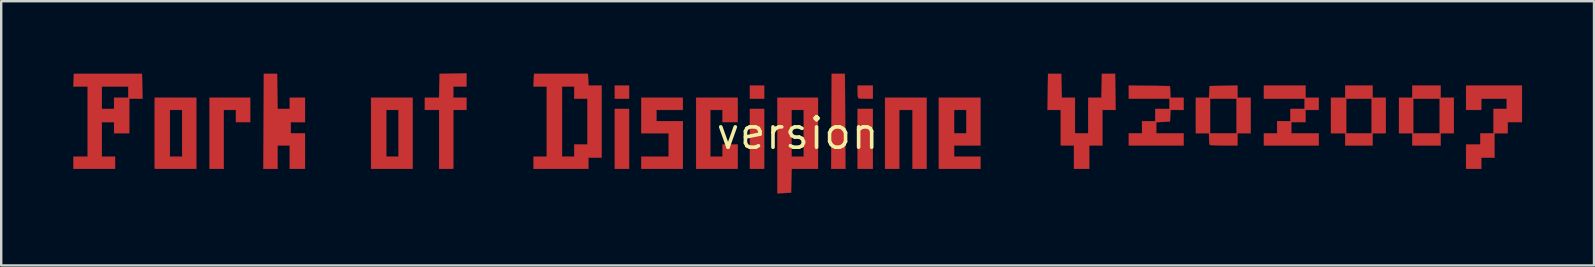
<source format=kicad_pcb>
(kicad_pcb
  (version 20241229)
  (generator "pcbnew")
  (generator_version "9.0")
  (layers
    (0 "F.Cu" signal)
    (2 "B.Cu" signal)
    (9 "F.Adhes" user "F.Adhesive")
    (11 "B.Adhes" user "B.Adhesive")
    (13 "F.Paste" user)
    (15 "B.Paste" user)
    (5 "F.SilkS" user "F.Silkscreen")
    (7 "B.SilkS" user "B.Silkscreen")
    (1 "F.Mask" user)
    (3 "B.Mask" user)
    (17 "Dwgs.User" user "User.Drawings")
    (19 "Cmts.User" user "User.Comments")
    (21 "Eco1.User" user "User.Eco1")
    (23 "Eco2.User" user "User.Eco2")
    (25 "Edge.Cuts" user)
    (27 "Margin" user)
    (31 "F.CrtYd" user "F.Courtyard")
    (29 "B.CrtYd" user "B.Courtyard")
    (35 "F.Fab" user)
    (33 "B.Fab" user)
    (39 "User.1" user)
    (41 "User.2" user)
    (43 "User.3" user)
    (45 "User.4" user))
  (footprint "version"
    (layer "F.Cu")
    (at 30.193 2.505)
    (property "Reference" "version" (at 0 0 0) (layer "F.SilkS") (effects (font (size 1.27 1.27) (thickness 0.15))))
    (attr through_hole)
    (fp_poly (pts (xy -7.027 -1.439) (xy -7.62 -1.439) (xy -7.62 -1.99) (xy -7.027 -1.99) (xy -7.027 -1.439)) (stroke (width 0.01) (type solid)) (fill yes) (layer "F.Cu"))
    (fp_poly (pts (xy -7.027 1.482) (xy -7.62 1.482) (xy -7.62 -1.016) (xy -7.027 -1.016) (xy -7.027 1.482)) (stroke (width 0.01) (type solid)) (fill yes) (layer "F.Cu"))
    (fp_poly (pts (xy -1.397 -1.439) (xy -1.99 -1.439) (xy -1.99 -1.99) (xy -1.397 -1.99) (xy -1.397 -1.439)) (stroke (width 0.01) (type solid)) (fill yes) (layer "F.Cu"))
    (fp_poly (pts (xy -1.397 1.482) (xy -1.99 1.482) (xy -1.99 -1.016) (xy -1.397 -1.016) (xy -1.397 1.482)) (stroke (width 0.01) (type solid)) (fill yes) (layer "F.Cu"))
    (fp_poly (pts (xy 3.133 1.482) (xy 2.498 1.482) (xy 2.498 -1.016) (xy 3.133 -1.016) (xy 3.133 1.482)) (stroke (width 0.01) (type solid)) (fill yes) (layer "F.Cu"))
    (fp_poly (pts (xy 1.98 -0.497) (xy 1.991 1.482) (xy 1.396 1.482) (xy 1.407 -0.497) (xy 1.418 -2.477) (xy 1.968 -2.477) (xy 1.98 -0.497)) (stroke (width 0.01) (type solid)) (fill yes) (layer "F.Cu"))
    (fp_poly (pts (xy -22.818 -0.466) (xy -23.41 -0.466) (xy -23.41 -0.974) (xy -23.918 -0.974) (xy -23.918 1.482) (xy -24.511 1.482) (xy -24.511 -1.482) (xy -22.818 -1.482) (xy -22.818 -0.466)) (stroke (width 0.01) (type solid)) (fill yes) (layer "F.Cu"))
    (fp_poly (pts (xy 5.376 1.482) (xy 4.784 1.482) (xy 4.784 -0.974) (xy 4.233 -0.974) (xy 4.233 1.482) (xy 3.641 1.482) (xy 3.641 -1.482) (xy 5.376 -1.482) (xy 5.376 1.482)) (stroke (width 0.01) (type solid)) (fill yes) (layer "F.Cu"))
    (fp_poly (pts (xy -25.061 1.482) (xy -26.797 1.482) (xy -26.797 -0.974) (xy -26.162 -0.974) (xy -26.162 0.974) (xy -25.654 0.974) (xy -25.654 -0.974) (xy -26.162 -0.974) (xy -26.797 -0.974) (xy -26.797 -1.482) (xy -25.061 -1.482) (xy -25.061 1.482)) (stroke (width 0.01) (type solid)) (fill yes) (layer "F.Cu"))
    (fp_poly (pts (xy -16.044 1.482) (xy -17.78 1.482) (xy -17.78 -0.974) (xy -17.145 -0.974) (xy -17.145 0.974) (xy -16.637 0.974) (xy -16.637 -0.974) (xy -17.145 -0.974) (xy -17.78 -0.974) (xy -17.78 -1.482) (xy -16.044 -1.482) (xy -16.044 1.482)) (stroke (width 0.01) (type solid)) (fill yes) (layer "F.Cu"))
    (fp_poly (pts (xy 3.133 -1.439) (xy 2.843 -1.439) (xy 2.694 -1.443) (xy 2.58 -1.453) (xy 2.526 -1.467) (xy 2.526 -1.468) (xy 2.511 -1.522) (xy 2.5 -1.634) (xy 2.498 -1.743) (xy 2.498 -1.99) (xy 3.133 -1.99) (xy 3.133 -1.439)) (stroke (width 0.01) (type solid)) (fill yes) (layer "F.Cu"))
    (fp_poly (pts (xy -4.784 -0.974) (xy -5.884 -0.974) (xy -5.884 -0.508) (xy -4.784 -0.508) (xy -4.784 1.482) (xy -6.519 1.482) (xy -6.519 0.974) (xy -5.376 0.974) (xy -5.376 0) (xy -6.519 0) (xy -6.519 -1.482) (xy -4.784 -1.482) (xy -4.784 -0.974)) (stroke (width 0.01) (type solid)) (fill yes) (layer "F.Cu"))
    (fp_poly (pts (xy -2.498 -0.466) (xy -3.133 -0.466) (xy -3.133 -0.974) (xy -3.641 -0.974) (xy -3.641 0.974) (xy -3.133 0.974) (xy -3.133 0.466) (xy -2.498 0.466) (xy -2.498 1.482) (xy -4.233 1.482) (xy -4.233 -1.482) (xy -2.498 -1.482) (xy -2.498 -0.466)) (stroke (width 0.01) (type solid)) (fill yes) (layer "F.Cu"))
    (fp_poly (pts (xy -13.801 -1.947) (xy -14.351 -1.947) (xy -14.351 -1.482) (xy -13.801 -1.482) (xy -13.801 -0.974) (xy -14.351 -0.974) (xy -14.351 1.482) (xy -14.944 1.482) (xy -14.944 -0.974) (xy -15.536 -0.974) (xy -15.536 -1.482) (xy -14.946 -1.482) (xy -14.934 -1.979) (xy -14.922 -2.477) (xy -13.801 -2.5) (xy -13.801 -1.947)) (stroke (width 0.01) (type solid)) (fill yes) (layer "F.Cu"))
    (fp_poly (pts (xy 0.847 1.482) (xy -0.251 1.482) (xy -0.263 1.979) (xy -0.275 2.477) (xy -0.561 2.489) (xy -0.847 2.502) (xy -0.847 -0.974) (xy -0.254 -0.974) (xy -0.254 0.974) (xy 0.254 0.974) (xy 0.254 -0.974) (xy -0.254 -0.974) (xy -0.847 -0.974) (xy -0.847 -1.482) (xy 0.847 -1.482) (xy 0.847 1.482)) (stroke (width 0.01) (type solid)) (fill yes) (layer "F.Cu"))
    (fp_poly (pts (xy 7.62 0.508) (xy 6.519 0.508) (xy 6.519 0.974) (xy 7.62 0.974) (xy 7.62 1.482) (xy 5.884 1.482) (xy 5.884 -0.974) (xy 6.519 -0.974) (xy 6.519 0) (xy 7.027 0) (xy 7.027 -0.974) (xy 6.519 -0.974) (xy 5.884 -0.974) (xy 5.884 -1.482) (xy 7.62 -1.482) (xy 7.62 0.508)) (stroke (width 0.01) (type solid)) (fill yes) (layer "F.Cu"))
    (fp_poly (pts (xy -21.673 -1.016) (xy -21.167 -1.016) (xy -21.167 -1.482) (xy -20.532 -1.482) (xy -20.532 -0.466) (xy -21.124 -0.466) (xy -21.124 0) (xy -20.532 0) (xy -20.532 1.482) (xy -21.167 1.482) (xy -21.167 0.508) (xy -21.675 0.508) (xy -21.675 1.482) (xy -22.268 1.482) (xy -22.257 -0.497) (xy -22.246 -2.477) (xy -21.696 -2.477) (xy -21.673 -1.016)) (stroke (width 0.01) (type solid)) (fill yes) (layer "F.Cu"))
    (fp_poly (pts (xy 23.961 -1.482) (xy 24.511 -1.482) (xy 24.511 0) (xy 23.961 0) (xy 23.961 0.508) (xy 22.818 0.508) (xy 22.818 0) (xy 22.225 0) (xy 22.225 -1.439) (xy 22.86 -1.439) (xy 22.86 0) (xy 23.918 0) (xy 23.918 -1.439) (xy 22.86 -1.439) (xy 22.225 -1.439) (xy 22.225 -1.482) (xy 22.818 -1.482) (xy 22.818 -1.99) (xy 23.961 -1.99) (xy 23.961 -1.482)) (stroke (width 0.01) (type solid)) (fill yes) (layer "F.Cu"))
    (fp_poly (pts (xy 26.797 -1.482) (xy 27.347 -1.482) (xy 27.347 0) (xy 26.797 0) (xy 26.797 0.508) (xy 25.612 0.508) (xy 25.612 0) (xy 25.061 0) (xy 25.061 -1.439) (xy 25.654 -1.439) (xy 25.654 0) (xy 26.755 0) (xy 26.755 -1.439) (xy 25.654 -1.439) (xy 25.061 -1.439) (xy 25.061 -1.482) (xy 25.612 -1.482) (xy 25.612 -1.99) (xy 26.797 -1.99) (xy 26.797 -1.482)) (stroke (width 0.01) (type solid)) (fill yes) (layer "F.Cu"))
    (fp_poly (pts (xy 21.167 -1.482) (xy 21.717 -1.482) (xy 21.717 -0.974) (xy 21.167 -0.974) (xy 21.167 -0.466) (xy 20.574 -0.466) (xy 20.574 0) (xy 21.717 0) (xy 21.717 0.508) (xy 19.431 0.508) (xy 19.431 0) (xy 19.981 0) (xy 19.981 -0.508) (xy 20.532 -0.508) (xy 20.532 -1.016) (xy 21.124 -1.016) (xy 21.124 -1.439) (xy 19.431 -1.439) (xy 19.431 -1.99) (xy 21.167 -1.99) (xy 21.167 -1.482)) (stroke (width 0.01) (type solid)) (fill yes) (layer "F.Cu"))
    (fp_poly (pts (xy 30.184 -0.466) (xy 29.591 -0.466) (xy 29.591 0) (xy 29.041 0) (xy 29.041 1.016) (xy 28.49 1.016) (xy 28.49 1.482) (xy 27.855 1.482) (xy 27.855 0.466) (xy 28.448 0.466) (xy 28.448 0) (xy 28.998 0) (xy 28.998 -1.016) (xy 29.549 -1.016) (xy 29.549 -1.439) (xy 28.49 -1.439) (xy 28.49 -0.974) (xy 27.855 -0.974) (xy 27.855 -1.99) (xy 30.184 -1.99) (xy 30.184 -0.466)) (stroke (width 0.01) (type solid)) (fill yes) (layer "F.Cu"))
    (fp_poly (pts (xy 15.515 -1.968) (xy 15.528 -1.725) (xy 15.541 -1.482) (xy 16.087 -1.482) (xy 16.087 -0.974) (xy 15.541 -0.974) (xy 15.515 -0.487) (xy 15.229 -0.474) (xy 14.944 -0.462) (xy 14.944 0) (xy 16.087 0) (xy 16.087 0.508) (xy 13.801 0.508) (xy 13.801 0) (xy 14.351 0) (xy 14.351 -0.508) (xy 14.901 -0.508) (xy 14.901 -1.016) (xy 15.494 -1.016) (xy 15.494 -1.439) (xy 13.801 -1.439) (xy 13.801 -1.991) (xy 15.515 -1.968)) (stroke (width 0.01) (type solid)) (fill yes) (layer "F.Cu"))
    (fp_poly (pts (xy 10.997 -1.979) (xy 11.009 -1.482) (xy 11.557 -1.482) (xy 11.557 0) (xy 12.107 0) (xy 12.107 -1.482) (xy 12.655 -1.482) (xy 12.667 -1.979) (xy 12.679 -2.477) (xy 13.229 -2.477) (xy 13.241 -1.725) (xy 13.252 -0.974) (xy 12.7 -0.974) (xy 12.7 0.508) (xy 12.15 0.508) (xy 12.15 1.482) (xy 11.515 1.482) (xy 11.515 0.508) (xy 10.964 0.508) (xy 10.964 -0.974) (xy 10.412 -0.974) (xy 10.424 -1.725) (xy 10.435 -2.477) (xy 10.986 -2.477) (xy 10.997 -1.979)) (stroke (width 0.01) (type solid)) (fill yes) (layer "F.Cu"))
    (fp_poly (pts (xy -8.729 -2.233) (xy -8.716 -1.99) (xy -8.17 -1.99) (xy -8.17 1.016) (xy -8.721 1.016) (xy -8.721 1.482) (xy -11.007 1.482) (xy -11.007 0.974) (xy -10.456 0.974) (xy -10.456 -1.947) (xy -9.821 -1.947) (xy -9.821 0.974) (xy -9.313 0.974) (xy -9.313 0.466) (xy -8.763 0.466) (xy -8.763 -1.439) (xy -9.313 -1.439) (xy -9.313 -1.947) (xy -9.821 -1.947) (xy -10.456 -1.947) (xy -10.734 -1.947) (xy -11.011 -1.947) (xy -10.998 -2.212) (xy -10.986 -2.477) (xy -8.742 -2.477) (xy -8.729 -2.233)) (stroke (width 0.01) (type solid)) (fill yes) (layer "F.Cu"))
    (fp_poly (pts (xy -27.314 -1.958) (xy -27.302 -1.439) (xy -27.855 -1.439) (xy -27.855 0) (xy -28.49 0) (xy -28.49 -0.466) (xy -28.998 -0.466) (xy -28.998 0.974) (xy -28.448 0.974) (xy -28.448 1.482) (xy -30.184 1.482) (xy -30.184 0.974) (xy -29.591 0.974) (xy -29.591 -1.947) (xy -28.998 -1.947) (xy -28.998 -1.016) (xy -28.49 -1.016) (xy -28.49 -1.482) (xy -27.898 -1.482) (xy -27.898 -1.947) (xy -28.998 -1.947) (xy -29.591 -1.947) (xy -29.889 -1.947) (xy -30.188 -1.947) (xy -30.175 -2.212) (xy -30.163 -2.477) (xy -27.326 -2.477) (xy -27.314 -1.958)) (stroke (width 0.01) (type solid)) (fill yes) (layer "F.Cu"))
    (fp_poly (pts (xy 18.33 -1.482) (xy 18.881 -1.482) (xy 18.881 0) (xy 18.33 0) (xy 18.33 0.508) (xy 17.766 0.508) (xy 17.555 0.506) (xy 17.376 0.5) (xy 17.245 0.492) (xy 17.178 0.482) (xy 17.173 0.48) (xy 17.157 0.425) (xy 17.147 0.314) (xy 17.145 0.226) (xy 17.145 0) (xy 16.595 0) (xy 16.595 -1.439) (xy 17.187 -1.439) (xy 17.187 0) (xy 18.288 0) (xy 18.288 -1.439) (xy 17.187 -1.439) (xy 16.595 -1.439) (xy 16.595 -1.482) (xy 17.141 -1.482) (xy 17.153 -1.725) (xy 17.166 -1.968) (xy 17.748 -1.98) (xy 18.33 -1.992) (xy 18.33 -1.482)) (stroke (width 0.01) (type solid)) (fill yes) (layer "F.Cu")))
  (gr_rect
    (start -3 -3)
    (end 63.381 8.012)
    (stroke (width 0.1) (type default))
    (fill no)
    (layer "Edge.Cuts")))
</source>
